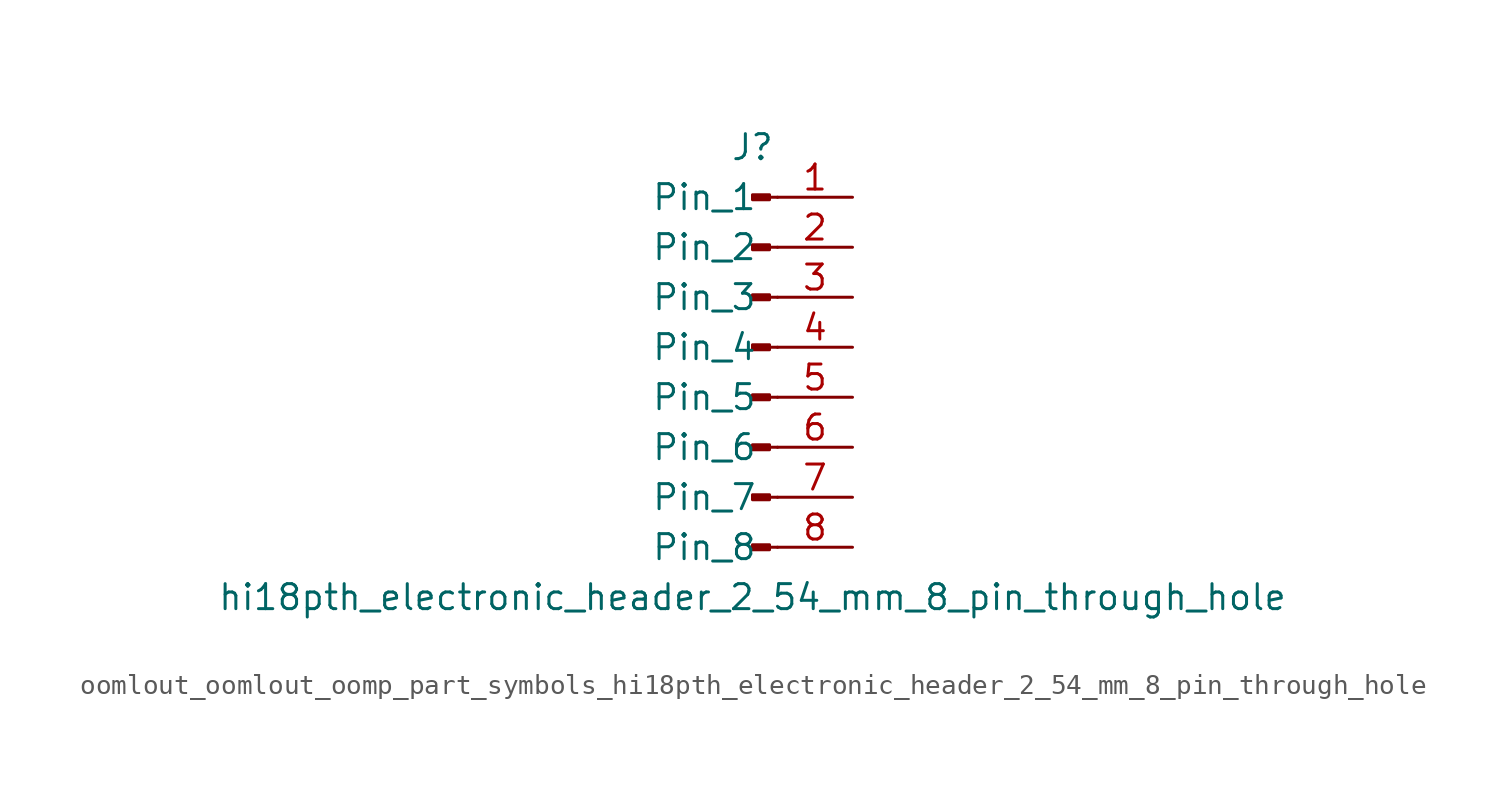
<source format=kicad_sym>
(kicad_symbol_lib
  (version 20220914)
  (generator kicad_symbol_editor)
  (symbol "oomlout_oomlout_oomp_part_symbols_hi18pth_electronic_header_2_54_mm_8_pin_through_hole"
    (pin_names
      (offset 1.016))
    (property "Reference" "J"
      (at 0 10.16 0)
      (effects (font (size 1.27 1.27))))
    (property "Value" "hi18pth_electronic_header_2_54_mm_8_pin_through_hole"
      (at 0 -12.7 0)
      (effects (font (size 1.27 1.27))))
    (property "ki_locked" ""
      (at 0 0 0)
      (effects (font (size 1.27 1.27))))
    (symbol "oomlout_oomlout_oomp_part_symbols_hi18pth_electronic_header_2_54_mm_8_pin_through_hole_1_1"
      (polyline (pts (xy 1.27 -10.16) (xy 0.864 -10.16)) (stroke (width 0.152) (type default)) (fill (type none)))
      (polyline (pts (xy 1.27 -7.62) (xy 0.864 -7.62)) (stroke (width 0.152) (type default)) (fill (type none)))
      (polyline (pts (xy 1.27 -5.08) (xy 0.864 -5.08)) (stroke (width 0.152) (type default)) (fill (type none)))
      (polyline (pts (xy 1.27 -2.54) (xy 0.864 -2.54)) (stroke (width 0.152) (type default)) (fill (type none)))
      (polyline (pts (xy 1.27 0) (xy 0.864 0)) (stroke (width 0.152) (type default)) (fill (type none)))
      (polyline (pts (xy 1.27 2.54) (xy 0.864 2.54)) (stroke (width 0.152) (type default)) (fill (type none)))
      (polyline (pts (xy 1.27 5.08) (xy 0.864 5.08)) (stroke (width 0.152) (type default)) (fill (type none)))
      (polyline (pts (xy 1.27 7.62) (xy 0.864 7.62)) (stroke (width 0.152) (type default)) (fill (type none)))
      (rectangle (start 0.864 -10.033) (end 0 -10.287) (stroke (width 0.152) (type default)) (fill (type outline)))
      (rectangle (start 0.864 -7.493) (end 0 -7.747) (stroke (width 0.152) (type default)) (fill (type outline)))
      (rectangle (start 0.864 -4.953) (end 0 -5.207) (stroke (width 0.152) (type default)) (fill (type outline)))
      (rectangle (start 0.864 -2.413) (end 0 -2.667) (stroke (width 0.152) (type default)) (fill (type outline)))
      (rectangle (start 0.864 0.127) (end 0 -0.127) (stroke (width 0.152) (type default)) (fill (type outline)))
      (rectangle (start 0.864 2.667) (end 0 2.413) (stroke (width 0.152) (type default)) (fill (type outline)))
      (rectangle (start 0.864 5.207) (end 0 4.953) (stroke (width 0.152) (type default)) (fill (type outline)))
      (rectangle (start 0.864 7.747) (end 0 7.493) (stroke (width 0.152) (type default)) (fill (type outline)))
      (pin passive line (at 5.08 7.62 180) (length 3.81) (name "Pin_1" (effects (font (size 1.27 1.27)))) (number "1" (effects (font (size 1.27 1.27)))))
      (pin passive line (at 5.08 5.08 180) (length 3.81) (name "Pin_2" (effects (font (size 1.27 1.27)))) (number "2" (effects (font (size 1.27 1.27)))))
      (pin passive line (at 5.08 2.54 180) (length 3.81) (name "Pin_3" (effects (font (size 1.27 1.27)))) (number "3" (effects (font (size 1.27 1.27)))))
      (pin passive line (at 5.08 0 180) (length 3.81) (name "Pin_4" (effects (font (size 1.27 1.27)))) (number "4" (effects (font (size 1.27 1.27)))))
      (pin passive line (at 5.08 -2.54 180) (length 3.81) (name "Pin_5" (effects (font (size 1.27 1.27)))) (number "5" (effects (font (size 1.27 1.27)))))
      (pin passive line (at 5.08 -5.08 180) (length 3.81) (name "Pin_6" (effects (font (size 1.27 1.27)))) (number "6" (effects (font (size 1.27 1.27)))))
      (pin passive line (at 5.08 -7.62 180) (length 3.81) (name "Pin_7" (effects (font (size 1.27 1.27)))) (number "7" (effects (font (size 1.27 1.27)))))
      (pin passive line (at 5.08 -10.16 180) (length 3.81) (name "Pin_8" (effects (font (size 1.27 1.27)))) (number "8" (effects (font (size 1.27 1.27))))))))
</source>
